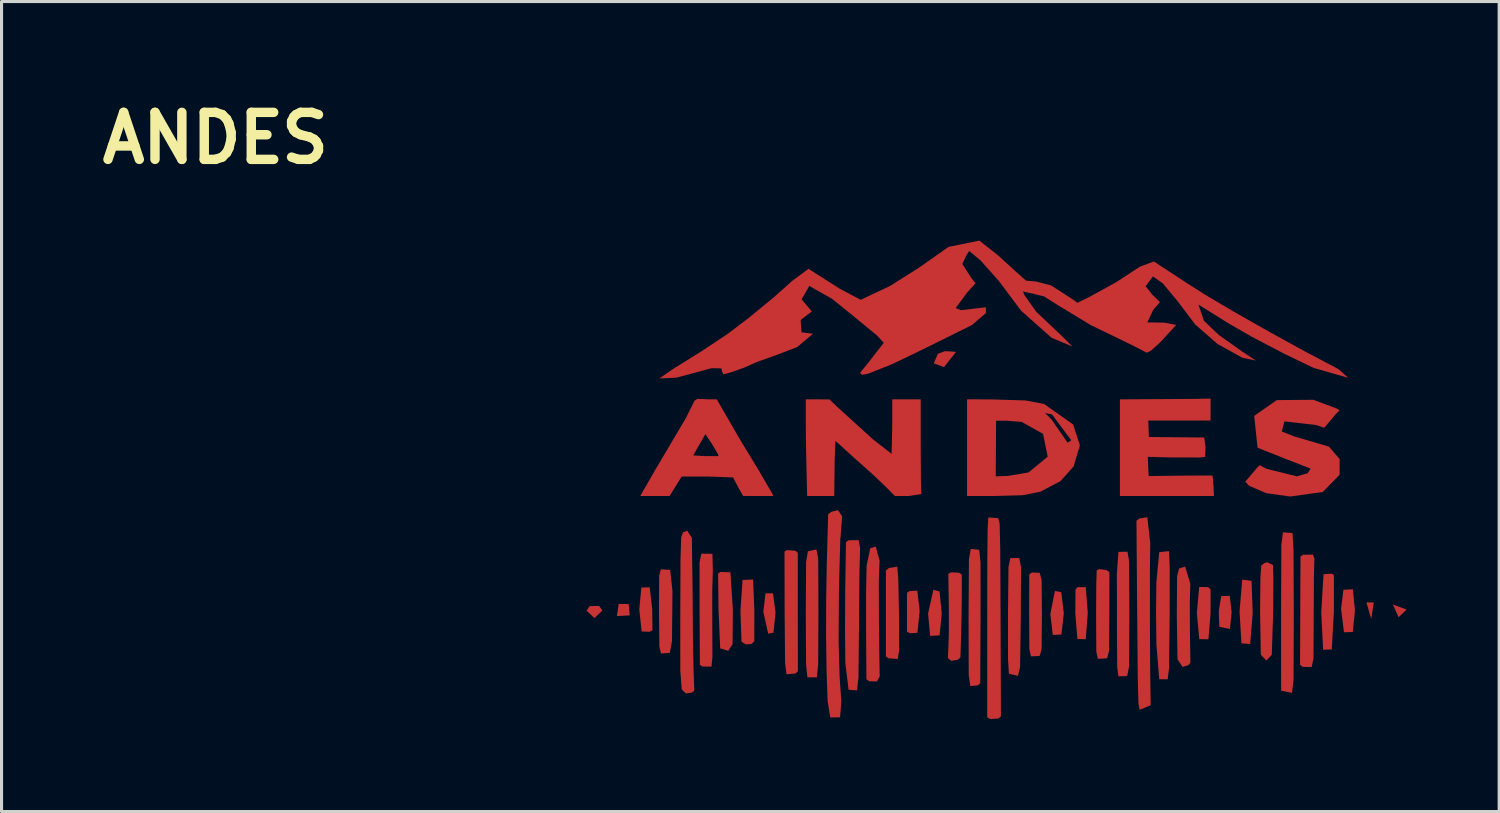
<source format=kicad_pcb>
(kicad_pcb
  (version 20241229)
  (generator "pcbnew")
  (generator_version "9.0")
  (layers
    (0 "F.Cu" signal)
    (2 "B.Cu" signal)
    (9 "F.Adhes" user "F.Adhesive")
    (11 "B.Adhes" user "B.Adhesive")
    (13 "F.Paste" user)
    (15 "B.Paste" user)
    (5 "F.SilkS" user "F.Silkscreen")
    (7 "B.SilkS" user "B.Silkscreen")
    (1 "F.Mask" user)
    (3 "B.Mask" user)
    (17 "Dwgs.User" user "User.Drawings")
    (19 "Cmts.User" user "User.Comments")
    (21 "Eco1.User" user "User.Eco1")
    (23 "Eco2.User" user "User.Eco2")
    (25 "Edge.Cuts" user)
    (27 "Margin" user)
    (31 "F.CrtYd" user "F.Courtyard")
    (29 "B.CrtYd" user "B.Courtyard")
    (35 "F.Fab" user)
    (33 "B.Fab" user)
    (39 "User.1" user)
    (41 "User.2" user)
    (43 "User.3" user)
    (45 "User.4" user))
  (footprint "ANDES"
    (layer "F.Cu")
    (at 3.933 4.381)
    (property "Reference" "ANDES" (at 0 -2.955 0) (layer "F.SilkS") (effects (font (size 1.524 1.524) (thickness 0.305))))
    (attr exclude_from_pos_files exclude_from_bom)
    (fp_poly (pts (xy 37.304 12.093) (xy 37.458 12.629) (xy 37.543 12.093) (xy 37.304 12.093)) (stroke (width 0) (type solid)) (fill yes) (layer "F.Cu"))
    (fp_poly (pts (xy 38.162 12.162) (xy 38.346 12.574) (xy 38.606 12.324) (xy 38.162 12.162)) (stroke (width 0) (type solid)) (fill yes) (layer "F.Cu"))
    (fp_poly (pts (xy 13.07 12.143) (xy 13.012 12.536) (xy 13.428 12.514) (xy 13.391 12.145) (xy 13.07 12.143)) (stroke (width 0) (type solid)) (fill yes) (layer "F.Cu"))
    (fp_poly (pts (xy 12.127 12.214) (xy 12.028 12.363) (xy 12.284 12.602) (xy 12.54 12.354) (xy 12.434 12.206) (xy 12.127 12.214)) (stroke (width 0) (type solid)) (fill yes) (layer "F.Cu"))
    (fp_poly (pts (xy 23.646 3.949) (xy 23.414 4.034) (xy 23.281 4.344) (xy 23.612 4.468) (xy 24.001 3.974) (xy 23.646 3.949)) (stroke (width 0) (type solid)) (fill yes) (layer "F.Cu"))
    (fp_poly (pts (xy 17.828 11.797) (xy 17.757 12.396) (xy 17.914 13.107) (xy 18.085 13.074) (xy 18.153 12.429) (xy 18.071 11.799) (xy 17.828 11.797)) (stroke (width 0) (type solid)) (fill yes) (layer "F.Cu"))
    (fp_poly (pts (xy 23.267 11.687) (xy 23.096 12.456) (xy 23.164 13.179) (xy 23.469 13.162) (xy 23.54 12.45) (xy 23.469 11.739) (xy 23.267 11.687)) (stroke (width 0) (type solid)) (fill yes) (layer "F.Cu"))
    (fp_poly (pts (xy 27.206 11.722) (xy 27.059 12.472) (xy 27.138 13.146) (xy 27.418 13.135) (xy 27.496 12.448) (xy 27.414 11.764) (xy 27.206 11.722)) (stroke (width 0) (type solid)) (fill yes) (layer "F.Cu"))
    (fp_poly (pts (xy 32.597 11.89) (xy 32.518 12.376) (xy 32.535 12.885) (xy 32.88 12.953) (xy 32.935 12.407) (xy 32.873 11.879) (xy 32.597 11.89)) (stroke (width 0) (type solid)) (fill yes) (layer "F.Cu"))
    (fp_poly (pts (xy 33.28 11.357) (xy 33.191 12.382) (xy 33.253 13.418) (xy 33.536 13.442) (xy 33.618 12.431) (xy 33.58 11.393) (xy 33.28 11.357)) (stroke (width 0) (type solid)) (fill yes) (layer "F.Cu"))
    (fp_poly (pts (xy 36.559 11.684) (xy 36.481 12.297) (xy 36.576 13.061) (xy 36.86 13.052) (xy 36.932 12.352) (xy 36.863 11.667) (xy 36.559 11.684)) (stroke (width 0) (type solid)) (fill yes) (layer "F.Cu"))
    (fp_poly (pts (xy 13.804 11.612) (xy 13.736 12.321) (xy 13.814 13.036) (xy 14.081 13.044) (xy 14.163 12.992) (xy 14.156 12.321) (xy 14.074 11.604) (xy 13.804 11.612)) (stroke (width 0) (type solid)) (fill yes) (layer "F.Cu"))
    (fp_poly (pts (xy 27.933 11.601) (xy 27.875 11.676) (xy 27.869 12.464) (xy 27.937 13.28) (xy 28.207 13.286) (xy 28.272 12.431) (xy 28.207 11.596) (xy 27.933 11.601)) (stroke (width 0) (type solid)) (fill yes) (layer "F.Cu"))
    (fp_poly (pts (xy 31.883 11.593) (xy 31.807 12.44) (xy 31.886 13.283) (xy 32.183 13.289) (xy 32.252 12.45) (xy 32.252 11.665) (xy 32.166 11.599) (xy 31.883 11.593)) (stroke (width 0) (type solid)) (fill yes) (layer "F.Cu"))
    (fp_poly (pts (xy 35.914 11.181) (xy 35.839 12.415) (xy 35.9 13.627) (xy 36.18 13.618) (xy 36.249 12.385) (xy 36.249 11.203) (xy 36.173 11.162) (xy 35.914 11.181)) (stroke (width 0) (type solid)) (fill yes) (layer "F.Cu"))
    (fp_poly (pts (xy 16.37 11.107) (xy 16.291 11.154) (xy 16.305 12.338) (xy 16.359 13.583) (xy 16.619 13.662) (xy 16.76 13.446) (xy 16.769 12.327) (xy 16.691 11.118) (xy 16.37 11.107)) (stroke (width 0) (type solid)) (fill yes) (layer "F.Cu"))
    (fp_poly (pts (xy 17.084 11.365) (xy 17.015 12.371) (xy 17.049 13.368) (xy 17.186 13.453) (xy 17.374 13.442) (xy 17.463 13.349) (xy 17.466 12.349) (xy 17.425 11.351) (xy 17.084 11.365)) (stroke (width 0) (type solid)) (fill yes) (layer "F.Cu"))
    (fp_poly (pts (xy 22.502 11.725) (xy 22.413 11.78) (xy 22.413 12.409) (xy 22.413 13.039) (xy 22.502 13.093) (xy 22.751 13.08) (xy 22.823 12.379) (xy 22.748 11.711) (xy 22.502 11.725)) (stroke (width 0) (type solid)) (fill yes) (layer "F.Cu"))
    (fp_poly (pts (xy 14.436 11.019) (xy 14.381 11.24) (xy 14.375 12.382) (xy 14.387 13.519) (xy 14.439 13.747) (xy 14.726 13.728) (xy 14.796 13.352) (xy 14.812 11.722) (xy 14.737 11.041) (xy 14.436 11.019)) (stroke (width 0) (type solid)) (fill yes) (layer "F.Cu"))
    (fp_poly (pts (xy 18.518 10.398) (xy 18.443 10.447) (xy 18.447 12.409) (xy 18.462 14.059) (xy 18.508 14.421) (xy 18.795 14.399) (xy 18.877 14.327) (xy 18.874 12.407) (xy 18.874 10.486) (xy 18.792 10.417) (xy 18.518 10.398)) (stroke (width 0) (type solid)) (fill yes) (layer "F.Cu"))
    (fp_poly (pts (xy 19.202 10.436) (xy 19.143 10.78) (xy 19.133 12.486) (xy 19.142 14.104) (xy 19.185 14.522) (xy 19.492 14.522) (xy 19.534 14.093) (xy 19.543 12.426) (xy 19.535 10.672) (xy 19.478 10.376) (xy 19.202 10.436)) (stroke (width 0) (type solid)) (fill yes) (layer "F.Cu"))
    (fp_poly (pts (xy 21.829 10.978) (xy 21.73 11.057) (xy 21.73 12.45) (xy 21.73 13.841) (xy 21.815 13.907) (xy 22.116 13.926) (xy 22.158 13.646) (xy 22.153 12.423) (xy 22.13 11.323) (xy 22.099 10.934) (xy 21.829 10.978)) (stroke (width 0) (type solid)) (fill yes) (layer "F.Cu"))
    (fp_poly (pts (xy 24.48 10.359) (xy 24.421 10.689) (xy 24.408 12.574) (xy 24.414 14.454) (xy 24.466 14.803) (xy 24.705 14.783) (xy 24.787 14.712) (xy 24.797 12.582) (xy 24.796 10.798) (xy 24.753 10.387) (xy 24.48 10.359)) (stroke (width 0) (type solid)) (fill yes) (layer "F.Cu"))
    (fp_poly (pts (xy 25.764 10.656) (xy 25.702 10.947) (xy 25.686 12.516) (xy 25.687 13.939) (xy 25.716 14.407) (xy 26.01 14.473) (xy 26.078 14.189) (xy 26.102 12.566) (xy 26.108 10.961) (xy 26.055 10.656) (xy 25.764 10.656)) (stroke (width 0) (type solid)) (fill yes) (layer "F.Cu"))
    (fp_poly (pts (xy 26.461 11.123) (xy 26.376 11.187) (xy 26.372 12.486) (xy 26.378 13.596) (xy 26.43 13.841) (xy 26.71 13.83) (xy 26.776 13.612) (xy 26.786 12.486) (xy 26.777 11.367) (xy 26.714 11.134) (xy 26.461 11.123)) (stroke (width 0) (type solid)) (fill yes) (layer "F.Cu"))
    (fp_poly (pts (xy 30.588 10.464) (xy 30.496 11.439) (xy 30.485 12.402) (xy 30.496 13.44) (xy 30.588 14.583) (xy 30.861 14.586) (xy 30.908 14.209) (xy 30.926 12.497) (xy 30.929 10.97) (xy 30.906 10.431) (xy 30.588 10.464)) (stroke (width 0) (type solid)) (fill yes) (layer "F.Cu"))
    (fp_poly (pts (xy 34.598 9.821) (xy 34.546 10.237) (xy 34.537 12.398) (xy 34.537 14.192) (xy 34.54 14.956) (xy 34.892 15.025) (xy 34.942 14.584) (xy 34.95 12.434) (xy 34.941 10.406) (xy 34.909 9.846) (xy 34.598 9.821)) (stroke (width 0) (type solid)) (fill yes) (layer "F.Cu"))
    (fp_poly (pts (xy 15.751 10.513) (xy 15.69 10.793) (xy 15.69 12.343) (xy 15.7 14.118) (xy 15.782 14.171) (xy 16.076 14.176) (xy 16.107 13.87) (xy 16.103 12.821) (xy 16.1 11.756) (xy 16.12 11.049) (xy 16.107 10.519) (xy 15.751 10.513)) (stroke (width 0) (type solid)) (fill yes) (layer "F.Cu"))
    (fp_poly (pts (xy 28.647 11.013) (xy 28.562 11.055) (xy 28.548 11.476) (xy 28.542 12.47) (xy 28.548 13.68) (xy 28.6 13.923) (xy 28.9 13.904) (xy 28.963 13.661) (xy 28.972 12.472) (xy 28.972 11.115) (xy 28.887 11.049) (xy 28.647 11.013)) (stroke (width 0) (type solid)) (fill yes) (layer "F.Cu"))
    (fp_poly (pts (xy 29.266 10.456) (xy 29.215 11.165) (xy 29.219 12.01) (xy 29.218 13.124) (xy 29.227 14.199) (xy 29.266 14.489) (xy 29.549 14.481) (xy 29.612 14.165) (xy 29.621 12.45) (xy 29.612 10.768) (xy 29.56 10.45) (xy 29.266 10.456)) (stroke (width 0) (type solid)) (fill yes) (layer "F.Cu"))
    (fp_poly (pts (xy 31.23 10.997) (xy 31.167 11.25) (xy 31.158 12.544) (xy 31.181 13.94) (xy 31.343 14.182) (xy 31.52 14.132) (xy 31.599 14.058) (xy 31.582 12.978) (xy 31.579 12.096) (xy 31.596 11.489) (xy 31.428 10.931) (xy 31.23 10.997)) (stroke (width 0) (type solid)) (fill yes) (layer "F.Cu"))
    (fp_poly (pts (xy 34.004 10.816) (xy 33.895 10.895) (xy 33.867 11.296) (xy 33.857 12.401) (xy 33.881 13.787) (xy 34.059 13.976) (xy 34.236 13.793) (xy 34.281 12.396) (xy 34.288 11.339) (xy 34.274 10.882) (xy 34.089 10.791) (xy 34.004 10.816)) (stroke (width 0) (type solid)) (fill yes) (layer "F.Cu"))
    (fp_poly (pts (xy 35.244 10.549) (xy 35.166 10.612) (xy 35.159 12.363) (xy 35.152 14.113) (xy 35.237 14.182) (xy 35.528 14.19) (xy 35.587 13.914) (xy 35.596 12.437) (xy 35.602 11.22) (xy 35.617 10.673) (xy 35.569 10.544) (xy 35.244 10.549)) (stroke (width 0) (type solid)) (fill yes) (layer "F.Cu"))
    (fp_poly (pts (xy 20.52 10.079) (xy 20.435 10.142) (xy 20.411 11.695) (xy 20.404 13.028) (xy 20.414 14.05) (xy 20.52 14.924) (xy 20.794 14.943) (xy 20.84 14.535) (xy 20.859 12.709) (xy 20.872 11.11) (xy 20.893 10.332) (xy 20.845 10.076) (xy 20.52 10.079)) (stroke (width 0) (type solid)) (fill yes) (layer "F.Cu"))
    (fp_poly (pts (xy 25.05 9.34) (xy 25.028 9.689) (xy 25.016 10.745) (xy 25.013 12.596) (xy 25.013 15.814) (xy 25.101 15.872) (xy 25.371 15.858) (xy 25.457 15.789) (xy 25.446 12.604) (xy 25.436 10.403) (xy 25.416 9.541) (xy 25.371 9.362) (xy 25.05 9.34)) (stroke (width 0) (type solid)) (fill yes) (layer "F.Cu"))
    (fp_poly (pts (xy 29.939 9.376) (xy 29.85 9.447) (xy 29.874 12.486) (xy 29.892 14.496) (xy 29.914 15.364) (xy 29.952 15.575) (xy 30.311 15.424) (xy 30.296 14.401) (xy 30.286 12.74) (xy 30.286 11.108) (xy 30.297 10.17) (xy 30.202 9.332) (xy 29.939 9.376)) (stroke (width 0) (type solid)) (fill yes) (layer "F.Cu"))
    (fp_poly (pts (xy 21.224 10.335) (xy 21.104 10.901) (xy 21.088 11.724) (xy 21.087 12.995) (xy 21.098 14.586) (xy 21.193 14.651) (xy 21.443 14.654) (xy 21.528 14.495) (xy 21.519 13.94) (xy 21.504 12.739) (xy 21.499 11.399) (xy 21.525 10.741) (xy 21.402 10.285) (xy 21.224 10.335)) (stroke (width 0) (type solid)) (fill yes) (layer "F.Cu"))
    (fp_poly (pts (xy 15.153 9.826) (xy 15.096 9.978) (xy 15.072 10.701) (xy 15.065 12.618) (xy 15.066 14.303) (xy 15.112 14.915) (xy 15.246 15.044) (xy 15.43 15.02) (xy 15.519 14.951) (xy 15.495 14.264) (xy 15.475 13.233) (xy 15.464 11.72) (xy 15.441 9.998) (xy 15.29 9.771) (xy 15.153 9.826)) (stroke (width 0) (type solid)) (fill yes) (layer "F.Cu"))
    (fp_poly (pts (xy 23.837 11.118) (xy 23.752 11.173) (xy 23.769 12.211) (xy 23.771 13.032) (xy 23.755 13.55) (xy 23.738 13.896) (xy 23.848 13.987) (xy 24.046 13.956) (xy 24.145 13.879) (xy 24.165 13.209) (xy 24.182 12.538) (xy 24.189 11.868) (xy 24.189 11.197) (xy 24.104 11.132) (xy 23.837 11.118)) (stroke (width 0) (type solid)) (fill yes) (layer "F.Cu"))
    (fp_poly (pts (xy 19.957 9.159) (xy 19.858 9.236) (xy 19.813 10.857) (xy 19.793 12.021) (xy 19.791 13.187) (xy 19.806 14.293) (xy 19.84 15.278) (xy 19.926 15.822) (xy 20.244 15.817) (xy 20.285 15.303) (xy 20.23 14.511) (xy 20.197 13.383) (xy 20.208 11.657) (xy 20.251 10.056) (xy 20.312 9.302) (xy 20.175 9.101) (xy 19.957 9.159)) (stroke (width 0) (type solid)) (fill yes) (layer "F.Cu"))
    (fp_poly (pts (xy 30.69 5.504) (xy 29.314 5.512) (xy 29.314 7.079) (xy 29.314 8.645) (xy 30.837 8.645) (xy 32.361 8.645) (xy 32.347 8.315) (xy 32.316 7.98) (xy 31.278 7.985) (xy 30.246 7.999) (xy 30.229 7.689) (xy 30.219 7.375) (xy 30.957 7.395) (xy 31.886 7.397) (xy 32.077 7.378) (xy 32.088 7.062) (xy 32.047 6.749) (xy 31.124 6.741) (xy 30.253 6.732) (xy 30.243 6.466) (xy 30.233 6.199) (xy 31.244 6.199) (xy 32.252 6.199) (xy 32.252 5.842) (xy 32.252 5.485) (xy 32.159 5.49) (xy 31.687 5.498) (xy 30.69 5.504)) (stroke (width 0) (type solid)) (fill yes) (layer "F.Cu"))
    (fp_poly (pts (xy 19.133 6.249) (xy 19.14 7.013) (xy 19.157 7.815) (xy 19.178 8.645) (xy 19.618 8.645) (xy 20.056 8.645) (xy 20.059 8.376) (xy 20.069 7.485) (xy 20.093 6.859) (xy 20.189 6.941) (xy 20.664 7.375) (xy 21.342 7.979) (xy 21.798 8.417) (xy 22.02 8.645) (xy 22.461 8.645) (xy 22.878 8.582) (xy 22.863 8.097) (xy 22.857 7.015) (xy 22.857 5.512) (xy 22.396 5.512) (xy 21.935 5.512) (xy 21.935 6.386) (xy 21.914 7.279) (xy 21.301 6.801) (xy 20.165 5.768) (xy 19.902 5.515) (xy 19.519 5.512) (xy 19.133 5.512) (xy 19.133 6.249)) (stroke (width 0) (type solid)) (fill yes) (layer "F.Cu"))
    (fp_poly (pts (xy 34.397 5.537) (xy 33.666 6.048) (xy 33.775 7.079) (xy 34.626 7.419) (xy 35.497 7.757) (xy 35.398 7.908) (xy 35.046 8.007) (xy 34.072 7.765) (xy 33.844 7.647) (xy 33.762 7.727) (xy 33.379 8.178) (xy 33.498 8.312) (xy 34.054 8.552) (xy 34.831 8.661) (xy 35.888 8.514) (xy 36.433 7.958) (xy 36.436 7.449) (xy 36.088 7.044) (xy 34.944 6.708) (xy 34.561 6.554) (xy 34.646 6.227) (xy 35.661 6.342) (xy 35.938 6.433) (xy 36.061 6.287) (xy 36.293 6.012) (xy 36.433 5.864) (xy 36.351 5.815) (xy 35.582 5.526) (xy 34.397 5.537)) (stroke (width 0) (type solid)) (fill yes) (layer "F.Cu"))
    (fp_poly (pts (xy 15.526 5.556) (xy 15.247 6.119) (xy 14.289 7.738) (xy 13.818 8.554) (xy 13.77 8.645) (xy 14.245 8.645) (xy 14.72 8.645) (xy 14.914 8.329) (xy 15.112 8.013) (xy 15.943 8.013) (xy 16.305 8.026) (xy 16.305 7.353) (xy 15.888 7.353) (xy 15.485 7.329) (xy 15.878 6.639) (xy 16.072 6.925) (xy 16.284 7.282) (xy 16.305 7.353) (xy 16.305 8.026) (xy 16.776 8.043) (xy 16.94 8.356) (xy 17.101 8.642) (xy 17.589 8.645) (xy 18.078 8.645) (xy 18.054 8.582) (xy 17.626 7.844) (xy 16.978 6.776) (xy 16.322 5.641) (xy 16.25 5.512) (xy 15.977 5.512) (xy 15.625 5.496) (xy 15.526 5.556)) (stroke (width 0) (type solid)) (fill yes) (layer "F.Cu"))
    (fp_poly (pts (xy 24.36 7.079) (xy 24.36 8.645) (xy 25.211 8.645) (xy 25.289 8.643) (xy 25.289 8.007) (xy 25.296 7.106) (xy 25.3 6.205) (xy 25.641 6.205) (xy 26.13 6.243) (xy 26.823 6.631) (xy 26.974 7.37) (xy 26.352 7.881) (xy 25.689 7.994) (xy 25.289 8.007) (xy 25.289 8.643) (xy 26.16 8.619) (xy 26.731 8.507) (xy 27.384 8.165) (xy 27.619 7.903) (xy 27.619 6.919) (xy 27.103 6.172) (xy 26.888 5.955) (xy 27.114 6.001) (xy 27.735 6.837) (xy 27.619 6.919) (xy 27.619 7.903) (xy 27.814 7.686) (xy 28.015 7.002) (xy 27.8 6.328) (xy 26.854 5.661) (xy 26.252 5.548) (xy 25.207 5.515) (xy 24.36 5.51) (xy 24.36 7.079)) (stroke (width 0) (type solid)) (fill yes) (layer "F.Cu"))
    (fp_poly (pts (xy 23.762 0.569) (xy 22.781 1.259) (xy 21.866 1.836) (xy 20.913 2.286) (xy 20.233 1.926) (xy 19.219 1.281) (xy 18.693 1.674) (xy 18.096 2.205) (xy 17.288 2.868) (xy 16.605 3.388) (xy 15.767 3.945) (xy 14.829 4.529) (xy 14.392 4.834) (xy 14.942 4.809) (xy 16.077 4.503) (xy 16.397 4.507) (xy 16.428 4.633) (xy 16.465 4.702) (xy 16.725 4.63) (xy 17.135 4.485) (xy 17.535 4.306) (xy 18.167 4.081) (xy 18.85 3.82) (xy 19.366 3.386) (xy 18.993 3.339) (xy 18.966 2.94) (xy 19.328 2.663) (xy 19.171 2.476) (xy 18.997 2.27) (xy 19.246 1.836) (xy 19.987 2.256) (xy 20.684 2.819) (xy 21.439 3.44) (xy 21.661 3.677) (xy 21.176 4.303) (xy 20.893 4.652) (xy 20.954 4.715) (xy 21.152 4.682) (xy 21.925 4.374) (xy 22.703 4.001) (xy 23.489 3.614) (xy 24.516 3.105) (xy 24.972 2.715) (xy 24.968 2.528) (xy 24.165 2.622) (xy 23.991 2.553) (xy 24.364 2.047) (xy 24.633 1.751) (xy 24.493 1.569) (xy 24.206 1.124) (xy 24.329 0.863) (xy 24.428 0.704) (xy 24.797 1.009) (xy 25.402 1.69) (xy 26.116 2.644) (xy 27.1 3.517) (xy 27.776 3.8) (xy 27.37 3.399) (xy 26.601 2.672) (xy 26.229 2.149) (xy 26.171 2.017) (xy 26.249 2.034) (xy 26.574 2.105) (xy 26.864 2.179) (xy 27.247 2.424) (xy 28.359 3.1) (xy 29.143 3.479) (xy 29.765 3.784) (xy 30.185 4.001) (xy 30.321 3.935) (xy 30.629 3.655) (xy 31.138 3.1) (xy 30.748 3.026) (xy 30.202 3.017) (xy 30.39 2.616) (xy 30.612 2.361) (xy 30.369 2.124) (xy 30.147 1.847) (xy 30.383 1.528) (xy 30.704 1.753) (xy 31.186 2.333) (xy 31.756 3.088) (xy 32.48 3.719) (xy 33.29 4.166) (xy 33.717 4.254) (xy 33.273 3.96) (xy 32.515 3.421) (xy 32.036 2.965) (xy 31.859 2.44) (xy 32.877 3.075) (xy 33.629 3.505) (xy 34.68 4.054) (xy 35.593 4.493) (xy 36.713 4.814) (xy 36.399 4.534) (xy 35.311 3.959) (xy 34.14 3.315) (xy 33.02 2.679) (xy 32.085 2.126) (xy 31.469 1.734) (xy 30.414 1.044) (xy 29.963 1.212) (xy 29.183 1.722) (xy 28.309 2.201) (xy 27.94 2.383) (xy 27.752 2.251) (xy 27.083 1.819) (xy 26.594 1.693) (xy 26.273 1.665) (xy 25.949 1.38) (xy 25.364 0.845) (xy 24.76 0.368) (xy 23.762 0.569)) (stroke (width 0) (type solid)) (fill yes) (layer "F.Cu"))
    (fp_poly (pts (xy 37.298 12.093) (xy 37.451 12.629) (xy 37.537 12.093) (xy 37.298 12.093)) (stroke (width 0) (type solid)) (fill yes) (layer "F.Mask"))
    (fp_poly (pts (xy 38.155 12.162) (xy 38.339 12.574) (xy 38.599 12.324) (xy 38.155 12.162)) (stroke (width 0) (type solid)) (fill yes) (layer "F.Mask"))
    (fp_poly (pts (xy 13.063 12.142) (xy 13.005 12.535) (xy 13.422 12.513) (xy 13.384 12.145) (xy 13.063 12.142)) (stroke (width 0) (type solid)) (fill yes) (layer "F.Mask"))
    (fp_poly (pts (xy 12.12 12.214) (xy 12.021 12.362) (xy 12.277 12.601) (xy 12.534 12.354) (xy 12.428 12.206) (xy 12.12 12.214)) (stroke (width 0) (type solid)) (fill yes) (layer "F.Mask"))
    (fp_poly (pts (xy 23.64 3.948) (xy 23.407 4.034) (xy 23.274 4.344) (xy 23.605 4.468) (xy 23.995 3.973) (xy 23.64 3.948)) (stroke (width 0) (type solid)) (fill yes) (layer "F.Mask"))
    (fp_poly (pts (xy 17.822 11.796) (xy 17.75 12.395) (xy 17.907 13.107) (xy 18.078 13.074) (xy 18.146 12.428) (xy 18.064 11.799) (xy 17.822 11.796)) (stroke (width 0) (type solid)) (fill yes) (layer "F.Mask"))
    (fp_poly (pts (xy 23.26 11.686) (xy 23.09 12.456) (xy 23.158 13.178) (xy 23.462 13.162) (xy 23.534 12.45) (xy 23.462 11.738) (xy 23.26 11.686)) (stroke (width 0) (type solid)) (fill yes) (layer "F.Mask"))
    (fp_poly (pts (xy 27.199 11.722) (xy 27.052 12.472) (xy 27.131 13.145) (xy 27.411 13.134) (xy 27.49 12.447) (xy 27.408 11.763) (xy 27.199 11.722)) (stroke (width 0) (type solid)) (fill yes) (layer "F.Mask"))
    (fp_poly (pts (xy 32.59 11.89) (xy 32.511 12.376) (xy 32.529 12.884) (xy 32.874 12.953) (xy 32.928 12.406) (xy 32.867 11.879) (xy 32.59 11.89)) (stroke (width 0) (type solid)) (fill yes) (layer "F.Mask"))
    (fp_poly (pts (xy 33.273 11.357) (xy 33.184 12.381) (xy 33.246 13.417) (xy 33.529 13.442) (xy 33.611 12.431) (xy 33.574 11.392) (xy 33.273 11.357)) (stroke (width 0) (type solid)) (fill yes) (layer "F.Mask"))
    (fp_poly (pts (xy 36.553 11.683) (xy 36.474 12.296) (xy 36.57 13.06) (xy 36.853 13.052) (xy 36.925 12.351) (xy 36.857 11.667) (xy 36.553 11.683)) (stroke (width 0) (type solid)) (fill yes) (layer "F.Mask"))
    (fp_poly (pts (xy 13.798 11.612) (xy 13.729 12.321) (xy 13.808 13.035) (xy 14.074 13.044) (xy 14.156 12.991) (xy 14.149 12.321) (xy 14.067 11.604) (xy 13.798 11.612)) (stroke (width 0) (type solid)) (fill yes) (layer "F.Mask"))
    (fp_poly (pts (xy 27.927 11.601) (xy 27.869 11.675) (xy 27.862 12.464) (xy 27.93 13.28) (xy 28.2 13.285) (xy 28.265 12.431) (xy 28.2 11.596) (xy 27.927 11.601)) (stroke (width 0) (type solid)) (fill yes) (layer "F.Mask"))
    (fp_poly (pts (xy 31.876 11.593) (xy 31.801 12.439) (xy 31.879 13.283) (xy 32.177 13.288) (xy 32.245 12.45) (xy 32.245 11.664) (xy 32.16 11.598) (xy 31.876 11.593)) (stroke (width 0) (type solid)) (fill yes) (layer "F.Mask"))
    (fp_poly (pts (xy 35.907 11.181) (xy 35.832 12.414) (xy 35.893 13.626) (xy 36.174 13.618) (xy 36.242 12.384) (xy 36.242 11.203) (xy 36.167 11.161) (xy 35.907 11.181)) (stroke (width 0) (type solid)) (fill yes) (layer "F.Mask"))
    (fp_poly (pts (xy 16.363 11.106) (xy 16.284 11.153) (xy 16.298 12.337) (xy 16.353 13.582) (xy 16.612 13.662) (xy 16.753 13.446) (xy 16.763 12.326) (xy 16.684 11.117) (xy 16.363 11.106)) (stroke (width 0) (type solid)) (fill yes) (layer "F.Mask"))
    (fp_poly (pts (xy 17.077 11.365) (xy 17.009 12.37) (xy 17.043 13.368) (xy 17.18 13.453) (xy 17.367 13.442) (xy 17.456 13.349) (xy 17.46 12.348) (xy 17.419 11.351) (xy 17.077 11.365)) (stroke (width 0) (type solid)) (fill yes) (layer "F.Mask"))
    (fp_poly (pts (xy 22.495 11.725) (xy 22.406 11.78) (xy 22.406 12.409) (xy 22.406 13.038) (xy 22.495 13.093) (xy 22.745 13.079) (xy 22.816 12.379) (xy 22.741 11.711) (xy 22.495 11.725)) (stroke (width 0) (type solid)) (fill yes) (layer "F.Mask"))
    (fp_poly (pts (xy 14.429 11.019) (xy 14.374 11.239) (xy 14.368 12.381) (xy 14.38 13.519) (xy 14.433 13.747) (xy 14.72 13.728) (xy 14.789 13.351) (xy 14.805 11.722) (xy 14.73 11.041) (xy 14.429 11.019)) (stroke (width 0) (type solid)) (fill yes) (layer "F.Mask"))
    (fp_poly (pts (xy 18.512 10.398) (xy 18.437 10.447) (xy 18.44 12.409) (xy 18.455 14.059) (xy 18.502 14.42) (xy 18.789 14.398) (xy 18.871 14.327) (xy 18.867 12.406) (xy 18.867 10.485) (xy 18.785 10.417) (xy 18.512 10.398)) (stroke (width 0) (type solid)) (fill yes) (layer "F.Mask"))
    (fp_poly (pts (xy 19.195 10.436) (xy 19.137 10.78) (xy 19.127 12.486) (xy 19.136 14.104) (xy 19.178 14.522) (xy 19.485 14.522) (xy 19.528 14.093) (xy 19.537 12.425) (xy 19.529 10.672) (xy 19.472 10.376) (xy 19.195 10.436)) (stroke (width 0) (type solid)) (fill yes) (layer "F.Mask"))
    (fp_poly (pts (xy 21.822 10.977) (xy 21.723 11.057) (xy 21.723 12.45) (xy 21.723 13.841) (xy 21.808 13.906) (xy 22.109 13.926) (xy 22.151 13.646) (xy 22.147 12.423) (xy 22.123 11.322) (xy 22.092 10.933) (xy 21.822 10.977)) (stroke (width 0) (type solid)) (fill yes) (layer "F.Mask"))
    (fp_poly (pts (xy 24.473 10.359) (xy 24.414 10.688) (xy 24.401 12.574) (xy 24.407 14.454) (xy 24.459 14.802) (xy 24.699 14.783) (xy 24.781 14.712) (xy 24.791 12.582) (xy 24.789 10.798) (xy 24.746 10.387) (xy 24.473 10.359)) (stroke (width 0) (type solid)) (fill yes) (layer "F.Mask"))
    (fp_poly (pts (xy 25.758 10.656) (xy 25.695 10.947) (xy 25.679 12.516) (xy 25.68 13.938) (xy 25.71 14.407) (xy 26.004 14.473) (xy 26.071 14.189) (xy 26.096 12.566) (xy 26.101 10.96) (xy 26.048 10.656) (xy 25.758 10.656)) (stroke (width 0) (type solid)) (fill yes) (layer "F.Mask"))
    (fp_poly (pts (xy 26.455 11.123) (xy 26.369 11.186) (xy 26.366 12.486) (xy 26.372 13.596) (xy 26.424 13.841) (xy 26.704 13.83) (xy 26.77 13.612) (xy 26.779 12.486) (xy 26.77 11.367) (xy 26.707 11.134) (xy 26.455 11.123)) (stroke (width 0) (type solid)) (fill yes) (layer "F.Mask"))
    (fp_poly (pts (xy 30.581 10.463) (xy 30.489 11.439) (xy 30.479 12.402) (xy 30.489 13.439) (xy 30.581 14.582) (xy 30.855 14.585) (xy 30.901 14.209) (xy 30.919 12.497) (xy 30.922 10.97) (xy 30.899 10.43) (xy 30.581 10.463)) (stroke (width 0) (type solid)) (fill yes) (layer "F.Mask"))
    (fp_poly (pts (xy 34.592 9.82) (xy 34.539 10.236) (xy 34.53 12.398) (xy 34.531 14.191) (xy 34.534 14.956) (xy 34.886 15.025) (xy 34.935 14.583) (xy 34.944 12.434) (xy 34.935 10.406) (xy 34.903 9.845) (xy 34.592 9.82)) (stroke (width 0) (type solid)) (fill yes) (layer "F.Mask"))
    (fp_poly (pts (xy 15.745 10.513) (xy 15.683 10.792) (xy 15.683 12.343) (xy 15.693 14.118) (xy 15.775 14.17) (xy 16.069 14.176) (xy 16.101 13.869) (xy 16.097 12.821) (xy 16.094 11.756) (xy 16.114 11.049) (xy 16.1 10.518) (xy 15.745 10.513)) (stroke (width 0) (type solid)) (fill yes) (layer "F.Mask"))
    (fp_poly (pts (xy 28.641 11.013) (xy 28.555 11.054) (xy 28.541 11.475) (xy 28.535 12.469) (xy 28.541 13.679) (xy 28.593 13.923) (xy 28.894 13.904) (xy 28.956 13.661) (xy 28.965 12.472) (xy 28.965 11.115) (xy 28.88 11.049) (xy 28.641 11.013)) (stroke (width 0) (type solid)) (fill yes) (layer "F.Mask"))
    (fp_poly (pts (xy 29.259 10.455) (xy 29.208 11.164) (xy 29.212 12.01) (xy 29.211 13.123) (xy 29.22 14.199) (xy 29.259 14.489) (xy 29.543 14.481) (xy 29.606 14.165) (xy 29.615 12.45) (xy 29.606 10.768) (xy 29.553 10.45) (xy 29.259 10.455)) (stroke (width 0) (type solid)) (fill yes) (layer "F.Mask"))
    (fp_poly (pts (xy 31.224 10.997) (xy 31.161 11.25) (xy 31.152 12.544) (xy 31.175 13.939) (xy 31.336 14.181) (xy 31.514 14.132) (xy 31.592 14.058) (xy 31.575 12.978) (xy 31.572 12.096) (xy 31.589 11.488) (xy 31.422 10.931) (xy 31.224 10.997)) (stroke (width 0) (type solid)) (fill yes) (layer "F.Mask"))
    (fp_poly (pts (xy 33.997 10.815) (xy 33.888 10.895) (xy 33.86 11.295) (xy 33.851 12.401) (xy 33.875 13.787) (xy 34.052 13.975) (xy 34.23 13.793) (xy 34.274 12.395) (xy 34.281 11.338) (xy 34.267 10.881) (xy 34.083 10.79) (xy 33.997 10.815)) (stroke (width 0) (type solid)) (fill yes) (layer "F.Mask"))
    (fp_poly (pts (xy 35.238 10.549) (xy 35.159 10.612) (xy 35.152 12.362) (xy 35.145 14.113) (xy 35.231 14.181) (xy 35.521 14.189) (xy 35.581 13.914) (xy 35.589 12.436) (xy 35.596 11.219) (xy 35.61 10.672) (xy 35.562 10.543) (xy 35.238 10.549)) (stroke (width 0) (type solid)) (fill yes) (layer "F.Mask"))
    (fp_poly (pts (xy 20.514 10.079) (xy 20.428 10.142) (xy 20.404 11.694) (xy 20.397 13.028) (xy 20.408 14.049) (xy 20.514 14.923) (xy 20.787 14.942) (xy 20.834 14.534) (xy 20.852 12.708) (xy 20.865 11.11) (xy 20.886 10.332) (xy 20.838 10.076) (xy 20.514 10.079)) (stroke (width 0) (type solid)) (fill yes) (layer "F.Mask"))
    (fp_poly (pts (xy 25.044 9.34) (xy 25.022 9.689) (xy 25.01 10.745) (xy 25.006 12.596) (xy 25.006 15.813) (xy 25.095 15.871) (xy 25.365 15.857) (xy 25.45 15.789) (xy 25.44 12.604) (xy 25.43 10.403) (xy 25.409 9.54) (xy 25.365 9.362) (xy 25.044 9.34)) (stroke (width 0) (type solid)) (fill yes) (layer "F.Mask"))
    (fp_poly (pts (xy 29.932 9.375) (xy 29.843 9.447) (xy 29.867 12.486) (xy 29.885 14.496) (xy 29.907 15.364) (xy 29.946 15.574) (xy 30.305 15.423) (xy 30.289 14.4) (xy 30.28 12.74) (xy 30.28 11.107) (xy 30.291 10.169) (xy 30.195 9.331) (xy 29.932 9.375)) (stroke (width 0) (type solid)) (fill yes) (layer "F.Mask"))
    (fp_poly (pts (xy 21.217 10.334) (xy 21.098 10.9) (xy 21.082 11.724) (xy 21.081 12.994) (xy 21.091 14.585) (xy 21.187 14.651) (xy 21.436 14.654) (xy 21.522 14.494) (xy 21.512 13.94) (xy 21.498 12.739) (xy 21.492 11.399) (xy 21.518 10.741) (xy 21.395 10.285) (xy 21.217 10.334)) (stroke (width 0) (type solid)) (fill yes) (layer "F.Mask"))
    (fp_poly (pts (xy 15.147 9.826) (xy 15.089 9.978) (xy 15.066 10.7) (xy 15.058 12.618) (xy 15.059 14.303) (xy 15.106 14.914) (xy 15.239 15.044) (xy 15.424 15.019) (xy 15.512 14.951) (xy 15.489 14.264) (xy 15.468 13.233) (xy 15.458 11.719) (xy 15.435 9.998) (xy 15.284 9.771) (xy 15.147 9.826)) (stroke (width 0) (type solid)) (fill yes) (layer "F.Mask"))
    (fp_poly (pts (xy 23.831 11.117) (xy 23.745 11.172) (xy 23.763 12.211) (xy 23.765 13.032) (xy 23.749 13.549) (xy 23.732 13.895) (xy 23.841 13.986) (xy 24.039 13.956) (xy 24.138 13.879) (xy 24.159 13.209) (xy 24.176 12.538) (xy 24.183 11.868) (xy 24.183 11.197) (xy 24.097 11.131) (xy 23.831 11.117)) (stroke (width 0) (type solid)) (fill yes) (layer "F.Mask"))
    (fp_poly (pts (xy 19.95 9.158) (xy 19.851 9.235) (xy 19.807 10.856) (xy 19.787 12.02) (xy 19.784 13.187) (xy 19.8 14.293) (xy 19.834 15.278) (xy 19.919 15.822) (xy 20.237 15.816) (xy 20.278 15.302) (xy 20.223 14.511) (xy 20.191 13.382) (xy 20.202 11.657) (xy 20.244 10.056) (xy 20.305 9.301) (xy 20.169 9.101) (xy 19.95 9.158)) (stroke (width 0) (type solid)) (fill yes) (layer "F.Mask"))
    (fp_poly (pts (xy 30.684 5.504) (xy 29.307 5.512) (xy 29.307 7.078) (xy 29.307 8.644) (xy 30.831 8.644) (xy 32.354 8.644) (xy 32.341 8.315) (xy 32.31 7.979) (xy 31.271 7.985) (xy 30.24 7.999) (xy 30.223 7.688) (xy 30.212 7.375) (xy 30.95 7.394) (xy 31.879 7.397) (xy 32.071 7.378) (xy 32.081 7.062) (xy 32.04 6.748) (xy 31.118 6.74) (xy 30.247 6.732) (xy 30.236 6.465) (xy 30.226 6.199) (xy 31.237 6.199) (xy 32.245 6.199) (xy 32.245 5.842) (xy 32.245 5.484) (xy 32.153 5.49) (xy 31.681 5.498) (xy 30.684 5.504)) (stroke (width 0) (type solid)) (fill yes) (layer "F.Mask"))
    (fp_poly (pts (xy 19.127 6.248) (xy 19.134 7.013) (xy 19.151 7.815) (xy 19.171 8.644) (xy 19.612 8.644) (xy 20.049 8.644) (xy 20.053 8.375) (xy 20.063 7.485) (xy 20.087 6.858) (xy 20.182 6.941) (xy 20.657 7.375) (xy 21.336 7.979) (xy 21.791 8.416) (xy 22.013 8.644) (xy 22.454 8.644) (xy 22.871 8.581) (xy 22.857 8.097) (xy 22.85 7.015) (xy 22.85 5.512) (xy 22.389 5.512) (xy 21.928 5.512) (xy 21.928 6.386) (xy 21.908 7.279) (xy 21.294 6.8) (xy 20.158 5.767) (xy 19.895 5.515) (xy 19.513 5.512) (xy 19.127 5.512) (xy 19.127 6.248)) (stroke (width 0) (type solid)) (fill yes) (layer "F.Mask"))
    (fp_poly (pts (xy 34.39 5.537) (xy 33.659 6.048) (xy 33.769 7.078) (xy 34.619 7.419) (xy 35.49 7.757) (xy 35.391 7.908) (xy 35.039 8.007) (xy 34.066 7.765) (xy 33.837 7.647) (xy 33.755 7.727) (xy 33.372 8.177) (xy 33.492 8.312) (xy 34.048 8.551) (xy 34.824 8.661) (xy 35.882 8.513) (xy 36.426 7.957) (xy 36.43 7.449) (xy 36.082 7.043) (xy 34.937 6.707) (xy 34.554 6.553) (xy 34.64 6.226) (xy 35.654 6.342) (xy 35.931 6.432) (xy 36.054 6.287) (xy 36.286 6.012) (xy 36.426 5.864) (xy 36.344 5.814) (xy 35.576 5.526) (xy 34.39 5.537)) (stroke (width 0) (type solid)) (fill yes) (layer "F.Mask"))
    (fp_poly (pts (xy 15.519 5.556) (xy 15.24 6.118) (xy 14.283 7.738) (xy 13.811 8.554) (xy 13.763 8.644) (xy 14.238 8.644) (xy 14.713 8.644) (xy 14.908 8.328) (xy 15.106 8.012) (xy 15.936 8.012) (xy 16.298 8.026) (xy 16.298 7.353) (xy 15.881 7.353) (xy 15.478 7.328) (xy 15.871 6.639) (xy 16.066 6.924) (xy 16.278 7.282) (xy 16.298 7.353) (xy 16.298 8.026) (xy 16.77 8.043) (xy 16.934 8.356) (xy 17.094 8.642) (xy 17.583 8.644) (xy 18.071 8.644) (xy 18.047 8.581) (xy 17.619 7.843) (xy 16.971 6.776) (xy 16.315 5.641) (xy 16.244 5.512) (xy 15.97 5.512) (xy 15.618 5.495) (xy 15.519 5.556)) (stroke (width 0) (type solid)) (fill yes) (layer "F.Mask"))
    (fp_poly (pts (xy 24.354 7.078) (xy 24.354 8.644) (xy 25.204 8.644) (xy 25.283 8.642) (xy 25.283 8.007) (xy 25.29 7.106) (xy 25.293 6.204) (xy 25.635 6.204) (xy 26.123 6.243) (xy 26.817 6.63) (xy 26.967 7.369) (xy 26.345 7.881) (xy 25.682 7.993) (xy 25.283 8.007) (xy 25.283 8.642) (xy 26.154 8.619) (xy 26.724 8.507) (xy 27.377 8.164) (xy 27.613 7.902) (xy 27.613 6.919) (xy 27.097 6.171) (xy 26.882 5.954) (xy 27.107 6.001) (xy 27.729 6.836) (xy 27.613 6.919) (xy 27.613 7.902) (xy 27.807 7.685) (xy 28.009 7.001) (xy 27.794 6.328) (xy 26.847 5.66) (xy 26.246 5.547) (xy 25.201 5.515) (xy 24.354 5.509) (xy 24.354 7.078)) (stroke (width 0) (type solid)) (fill yes) (layer "F.Mask"))
    (fp_poly (pts (xy 23.756 0.569) (xy 22.774 1.259) (xy 21.86 1.835) (xy 20.907 2.286) (xy 20.227 1.926) (xy 19.212 1.28) (xy 18.686 1.673) (xy 18.09 2.204) (xy 17.282 2.868) (xy 16.599 3.388) (xy 15.761 3.945) (xy 14.822 4.528) (xy 14.385 4.833) (xy 14.935 4.808) (xy 16.07 4.503) (xy 16.39 4.506) (xy 16.421 4.633) (xy 16.459 4.701) (xy 16.718 4.63) (xy 17.128 4.484) (xy 17.528 4.306) (xy 18.16 4.08) (xy 18.843 3.819) (xy 19.359 3.385) (xy 18.987 3.338) (xy 18.959 2.94) (xy 19.321 2.662) (xy 19.164 2.476) (xy 18.99 2.27) (xy 19.24 1.835) (xy 19.981 2.256) (xy 20.678 2.819) (xy 21.433 3.44) (xy 21.655 3.676) (xy 21.17 4.303) (xy 20.886 4.652) (xy 20.948 4.715) (xy 21.146 4.682) (xy 21.919 4.373) (xy 22.697 4.001) (xy 23.482 3.613) (xy 24.509 3.104) (xy 24.965 2.715) (xy 24.962 2.528) (xy 24.159 2.621) (xy 23.985 2.553) (xy 24.357 2.047) (xy 24.627 1.75) (xy 24.487 1.569) (xy 24.2 1.124) (xy 24.323 0.863) (xy 24.422 0.703) (xy 24.791 1.008) (xy 25.396 1.69) (xy 26.109 2.643) (xy 27.093 3.517) (xy 27.77 3.8) (xy 27.363 3.399) (xy 26.594 2.672) (xy 26.222 2.149) (xy 26.164 2.017) (xy 26.243 2.033) (xy 26.567 2.105) (xy 26.858 2.179) (xy 27.24 2.423) (xy 28.352 3.099) (xy 29.136 3.479) (xy 29.758 3.784) (xy 30.178 4.001) (xy 30.315 3.935) (xy 30.622 3.654) (xy 31.131 3.099) (xy 30.742 3.025) (xy 30.195 3.017) (xy 30.383 2.616) (xy 30.605 2.36) (xy 30.363 2.124) (xy 30.141 1.846) (xy 30.376 1.528) (xy 30.697 1.753) (xy 31.179 2.333) (xy 31.75 3.088) (xy 32.474 3.718) (xy 33.284 4.166) (xy 33.711 4.253) (xy 33.266 3.959) (xy 32.508 3.421) (xy 32.03 2.965) (xy 31.852 2.44) (xy 32.87 3.075) (xy 33.623 3.505) (xy 34.674 4.053) (xy 35.586 4.492) (xy 36.707 4.814) (xy 36.392 4.534) (xy 35.304 3.958) (xy 34.133 3.314) (xy 33.013 2.678) (xy 32.079 2.126) (xy 31.463 1.734) (xy 30.407 1.044) (xy 29.956 1.212) (xy 29.177 1.722) (xy 28.303 2.201) (xy 27.934 2.382) (xy 27.746 2.25) (xy 27.076 1.819) (xy 26.588 1.692) (xy 26.267 1.665) (xy 25.942 1.379) (xy 25.358 0.845) (xy 24.753 0.368) (xy 23.756 0.569)) (stroke (width 0) (type solid)) (fill yes) (layer "F.Mask")))
  (gr_rect
    (start -3 -3)
    (end 45.539 23.253)
    (stroke (width 0.1) (type default))
    (fill no)
    (layer "Edge.Cuts")))
</source>
